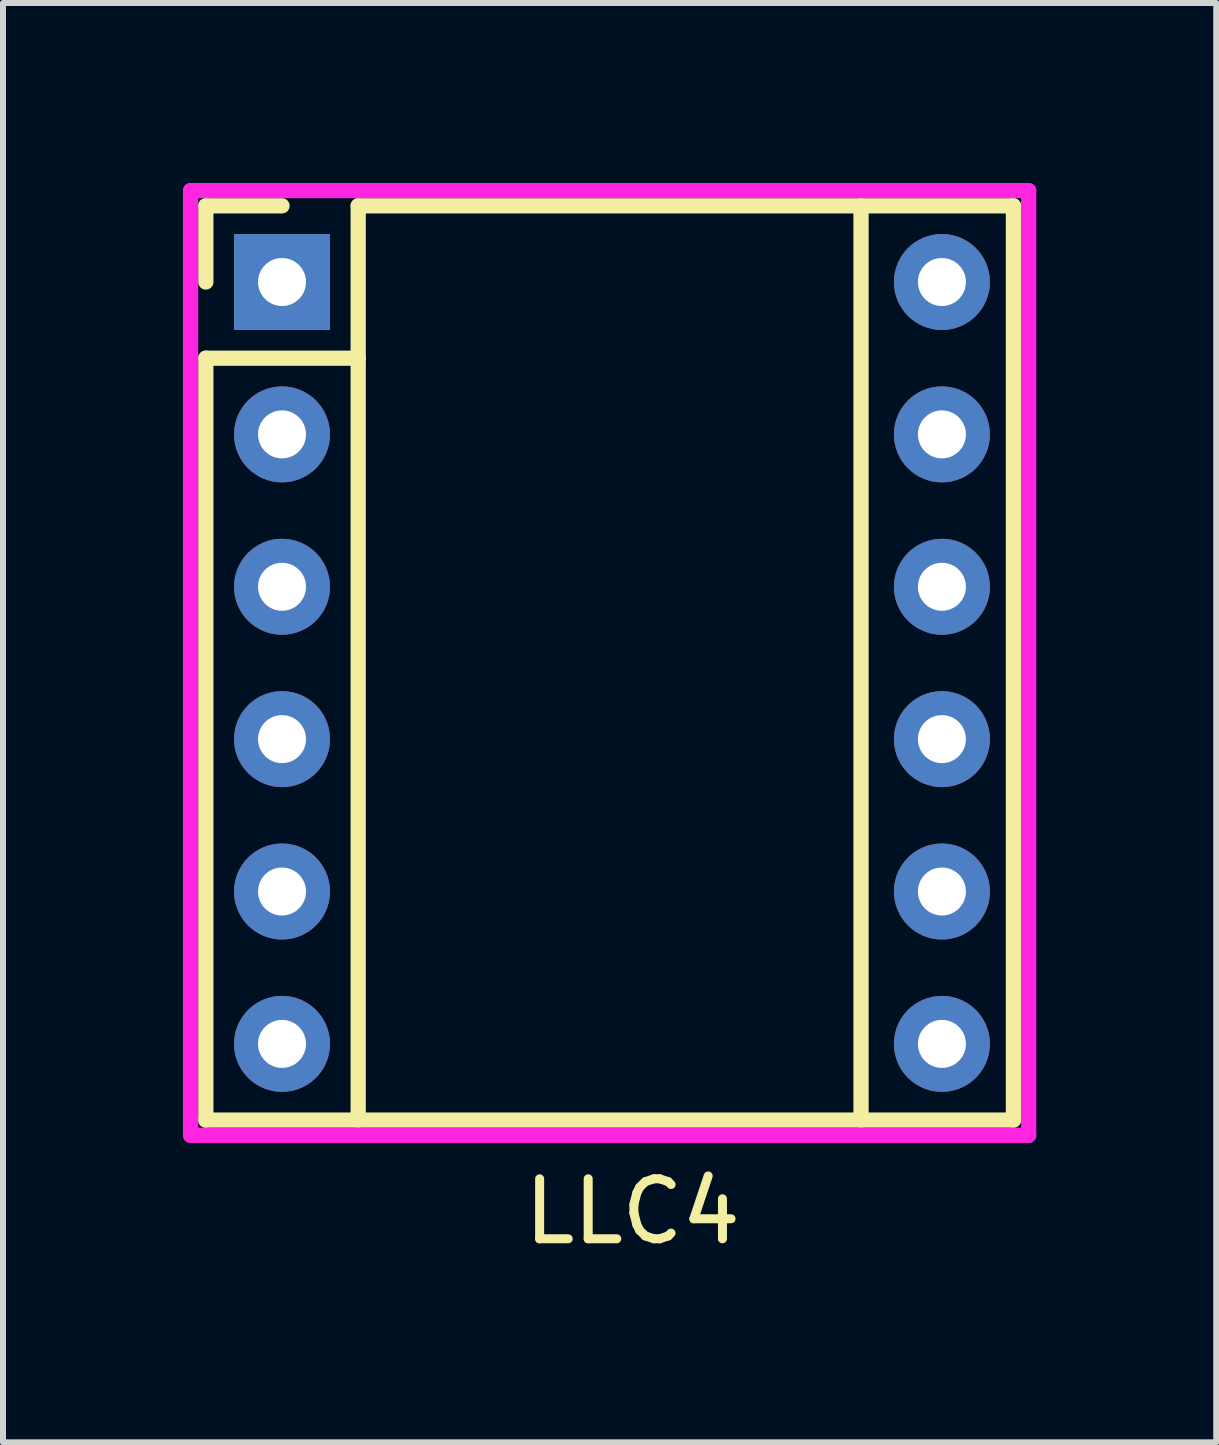
<source format=kicad_pcb>
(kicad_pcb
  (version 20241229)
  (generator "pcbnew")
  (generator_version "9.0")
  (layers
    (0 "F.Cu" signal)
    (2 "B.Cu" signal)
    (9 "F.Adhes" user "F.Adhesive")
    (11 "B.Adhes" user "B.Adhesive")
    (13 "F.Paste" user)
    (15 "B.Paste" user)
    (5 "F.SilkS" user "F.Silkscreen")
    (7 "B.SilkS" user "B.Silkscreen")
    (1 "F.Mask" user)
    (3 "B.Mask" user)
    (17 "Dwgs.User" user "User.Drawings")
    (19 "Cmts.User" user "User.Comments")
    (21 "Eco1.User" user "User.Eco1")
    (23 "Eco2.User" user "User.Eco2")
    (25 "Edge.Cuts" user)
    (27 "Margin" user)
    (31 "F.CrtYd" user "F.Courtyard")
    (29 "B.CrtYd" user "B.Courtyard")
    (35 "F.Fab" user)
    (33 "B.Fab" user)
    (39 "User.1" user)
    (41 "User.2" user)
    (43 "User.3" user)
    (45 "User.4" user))
  (footprint "LLC4"
    (layer "F.Cu")
    (at 1.651 1.651)
    (property "Reference" "LLC4" (at 5.842 15.494 0) (layer "F.SilkS") (effects (font (size 1 1) (thickness 0.15))))
    (attr through_hole)
    (fp_line (start -1.27 -1.27) (end -1.27 0) (stroke (width 0.254) (type solid)) (layer "F.SilkS"))
    (fp_line (start -1.27 1.27) (end -1.27 13.97) (stroke (width 0.254) (type solid)) (layer "F.SilkS"))
    (fp_line (start -1.27 13.97) (end 12.192 13.97) (stroke (width 0.254) (type solid)) (layer "F.SilkS"))
    (fp_line (start 0 -1.27) (end -1.27 -1.27) (stroke (width 0.254) (type solid)) (layer "F.SilkS"))
    (fp_line (start 1.27 -1.27) (end 1.27 1.27) (stroke (width 0.254) (type solid)) (layer "F.SilkS"))
    (fp_line (start 1.27 1.27) (end -1.27 1.27) (stroke (width 0.254) (type solid)) (layer "F.SilkS"))
    (fp_line (start 1.27 1.27) (end 1.27 13.97) (stroke (width 0.254) (type solid)) (layer "F.SilkS"))
    (fp_line (start 9.652 -1.27) (end 9.652 13.97) (stroke (width 0.254) (type solid)) (layer "F.SilkS"))
    (fp_line (start 12.192 -1.27) (end 1.27 -1.27) (stroke (width 0.254) (type solid)) (layer "F.SilkS"))
    (fp_line (start 12.192 13.97) (end 12.192 -1.27) (stroke (width 0.254) (type solid)) (layer "F.SilkS"))
    (fp_line (start -1.524 -1.524) (end 12.446 -1.524) (stroke (width 0.254) (type solid)) (layer "F.CrtYd"))
    (fp_line (start -1.524 14.224) (end -1.524 -1.524) (stroke (width 0.254) (type solid)) (layer "F.CrtYd"))
    (fp_line (start 12.446 -1.524) (end 12.446 14.224) (stroke (width 0.254) (type solid)) (layer "F.CrtYd"))
    (fp_line (start 12.446 14.224) (end -1.524 14.224) (stroke (width 0.254) (type solid)) (layer "F.CrtYd"))
    (pad "1" thru_hole rect (at 0 0) (size 1.6 1.6) (drill 0.8) (layers "*.Cu" "*.Mask"))
    (pad "2" thru_hole oval (at 0 2.54) (size 1.6 1.6) (drill 0.8) (layers "*.Cu" "*.Mask"))
    (pad "3" thru_hole oval (at 0 5.08) (size 1.6 1.6) (drill 0.8) (layers "*.Cu" "*.Mask"))
    (pad "4" thru_hole oval (at 0 7.62) (size 1.6 1.6) (drill 0.8) (layers "*.Cu" "*.Mask"))
    (pad "5" thru_hole oval (at 0 10.16) (size 1.6 1.6) (drill 0.8) (layers "*.Cu" "*.Mask"))
    (pad "6" thru_hole oval (at 0 12.7) (size 1.6 1.6) (drill 0.8) (layers "*.Cu" "*.Mask"))
    (pad "7" thru_hole oval (at 11 12.7) (size 1.6 1.6) (drill 0.8) (layers "*.Cu" "*.Mask"))
    (pad "8" thru_hole oval (at 11 10.16) (size 1.6 1.6) (drill 0.8) (layers "*.Cu" "*.Mask"))
    (pad "9" thru_hole oval (at 11 7.62) (size 1.6 1.6) (drill 0.8) (layers "*.Cu" "*.Mask"))
    (pad "10" thru_hole oval (at 11 5.08) (size 1.6 1.6) (drill 0.8) (layers "*.Cu" "*.Mask"))
    (pad "11" thru_hole oval (at 11 2.54) (size 1.6 1.6) (drill 0.8) (layers "*.Cu" "*.Mask"))
    (pad "12" thru_hole oval (at 11 0) (size 1.6 1.6) (drill 0.8) (layers "*.Cu" "*.Mask")))
  (gr_rect
    (start -3 -3)
    (end 17.224 20.993)
    (stroke (width 0.1) (type default))
    (fill no)
    (layer "Edge.Cuts")))
</source>
